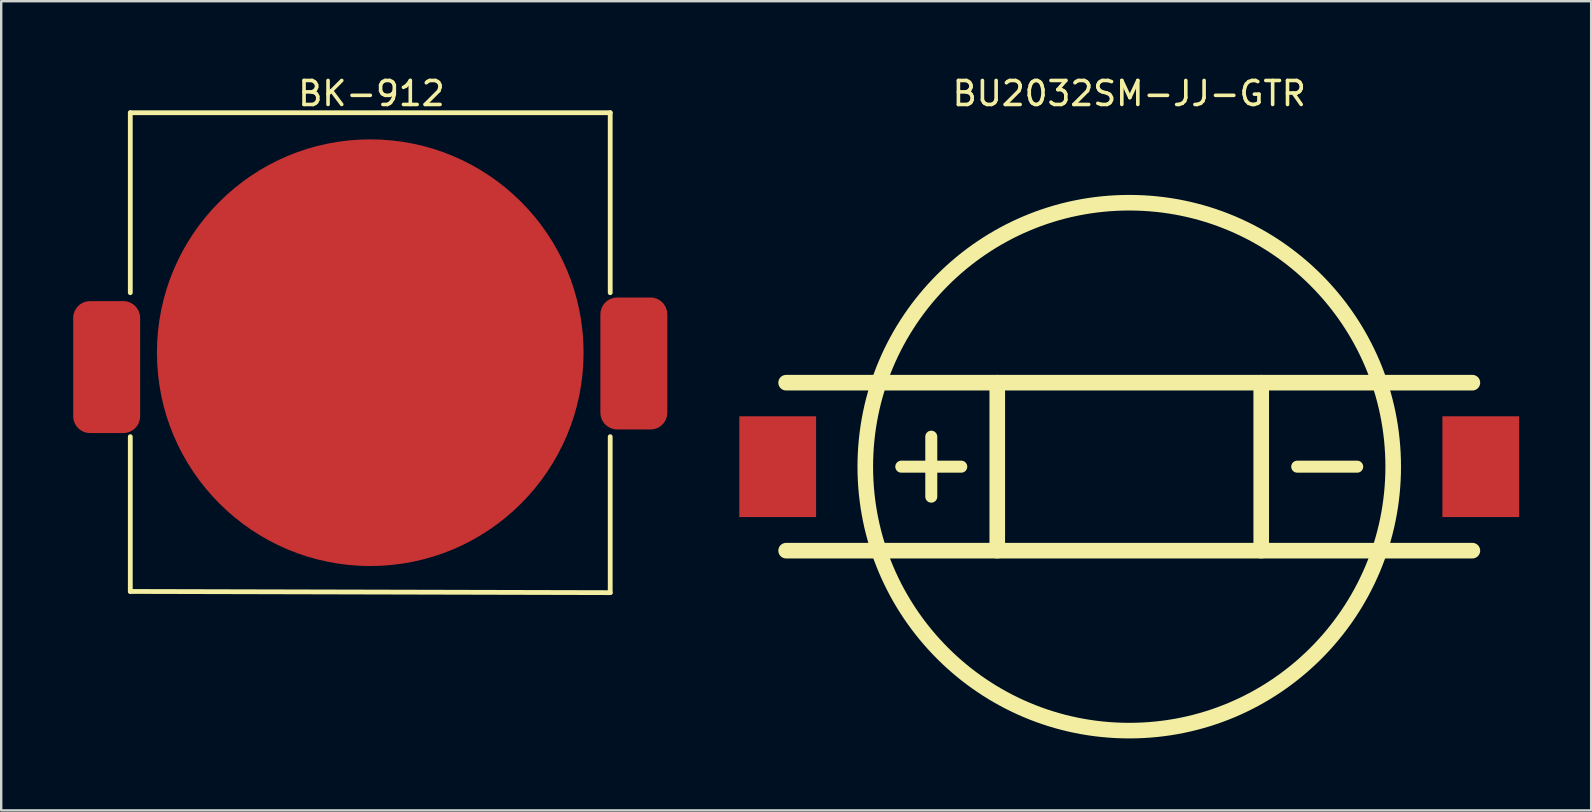
<source format=kicad_pcb>
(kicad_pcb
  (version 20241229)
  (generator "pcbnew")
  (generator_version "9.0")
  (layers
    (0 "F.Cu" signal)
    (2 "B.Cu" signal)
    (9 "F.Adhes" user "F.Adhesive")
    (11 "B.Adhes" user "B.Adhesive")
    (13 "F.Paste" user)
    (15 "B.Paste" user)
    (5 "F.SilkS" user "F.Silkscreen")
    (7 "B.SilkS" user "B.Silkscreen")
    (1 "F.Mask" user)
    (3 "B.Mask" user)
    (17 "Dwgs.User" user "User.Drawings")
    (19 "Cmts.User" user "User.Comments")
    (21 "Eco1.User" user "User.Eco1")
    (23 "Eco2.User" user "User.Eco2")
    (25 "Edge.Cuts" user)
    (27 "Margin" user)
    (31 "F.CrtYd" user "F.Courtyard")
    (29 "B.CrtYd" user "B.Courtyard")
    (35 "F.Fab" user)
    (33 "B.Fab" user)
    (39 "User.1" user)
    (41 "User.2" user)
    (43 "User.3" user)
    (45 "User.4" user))
  (footprint "BK-912"
    (layer "F.Cu")
    (at 12.38 11.648)
    (property "Reference" "BK-912" (at 0.05 -10.8 0) (layer "F.SilkS") (effects (font (size 1 1) (thickness 0.15))))
    (attr through_hole)
    (fp_line (start -10 -10) (end -10 -2.5) (stroke (width 0.2) (type solid)) (layer "F.SilkS"))
    (fp_line (start -10 9.95) (end -10 3.5) (stroke (width 0.2) (type solid)) (layer "F.SilkS"))
    (fp_line (start -10 9.95) (end 10 10) (stroke (width 0.2) (type solid)) (layer "F.SilkS"))
    (fp_line (start 10 -10) (end -10 -10) (stroke (width 0.2) (type solid)) (layer "F.SilkS"))
    (fp_line (start 10 -10) (end 10 -2.5) (stroke (width 0.2) (type solid)) (layer "F.SilkS"))
    (fp_line (start 10 10) (end 10 3.5) (stroke (width 0.2) (type solid)) (layer "F.SilkS"))
    (pad "1" smd roundrect (at -10.985 0.6) (size 2.79 5.5) (layers "F.Cu" "F.Mask" "F.Paste") (roundrect_rratio 0.25))
    (pad "1" smd roundrect (at 10.985 0.45) (size 2.79 5.5) (layers "F.Cu" "F.Mask" "F.Paste") (roundrect_rratio 0.25))
    (pad "2" smd circle (at 0 0) (size 17.78 17.78) (layers "F.Cu" "F.Mask" "F.Paste")))
  (footprint "BU2032SM-JJ-GTR"
    (layer "F.Cu")
    (at 44.01 16.398)
    (property "Reference" "BU2032SM-JJ-GTR" (at 0 -15.55 0) (layer "F.SilkS") (effects (font (size 1 1) (thickness 0.15))))
    (attr through_hole)
    (fp_line (start -9.5 0) (end -7 0) (stroke (width 0.5) (type solid)) (layer "F.SilkS"))
    (fp_line (start -8.25 1.25) (end -8.25 -1.25) (stroke (width 0.5) (type solid)) (layer "F.SilkS"))
    (fp_line (start -5.5 -3.5) (end -5.5 3.5) (stroke (width 0.65) (type solid)) (layer "F.SilkS"))
    (fp_line (start -5.5 -3.5) (end 5.5 -3.5) (stroke (width 0.5) (type solid)) (layer "F.SilkS"))
    (fp_line (start -5.5 3.5) (end 5.5 3.5) (stroke (width 0.5) (type solid)) (layer "F.SilkS"))
    (fp_line (start 5.5 -3.5) (end 5.5 3.5) (stroke (width 0.65) (type solid)) (layer "F.SilkS"))
    (fp_line (start 7 0) (end 9.5 0) (stroke (width 0.5) (type solid)) (layer "F.SilkS"))
    (fp_line (start 14.3 -3.5) (end -14.3 -3.5) (stroke (width 0.65) (type solid)) (layer "F.SilkS"))
    (fp_line (start 14.3 3.5) (end -14.3 3.5) (stroke (width 0.65) (type solid)) (layer "F.SilkS"))
    (fp_circle (center 0 0) (end 11 0) (stroke (width 0.65) (type solid)) (fill no) (layer "F.SilkS"))
    (fp_circle (center 0 0.1) (end 11 0.1) (stroke (width 0.12) (type solid)) (fill no) (layer "Eco1.User"))
    (pad "1" smd rect (at -14.65 0) (size 3.2 4.2) (layers "F.Cu" "F.Mask" "F.Paste"))
    (pad "2" smd rect (at 14.65 0) (size 3.2 4.2) (layers "F.Cu" "F.Mask" "F.Paste")))
  (gr_rect
    (start -3 -3)
    (end 63.26 30.723)
    (stroke (width 0.1) (type default))
    (fill no)
    (layer "Edge.Cuts")))
</source>
